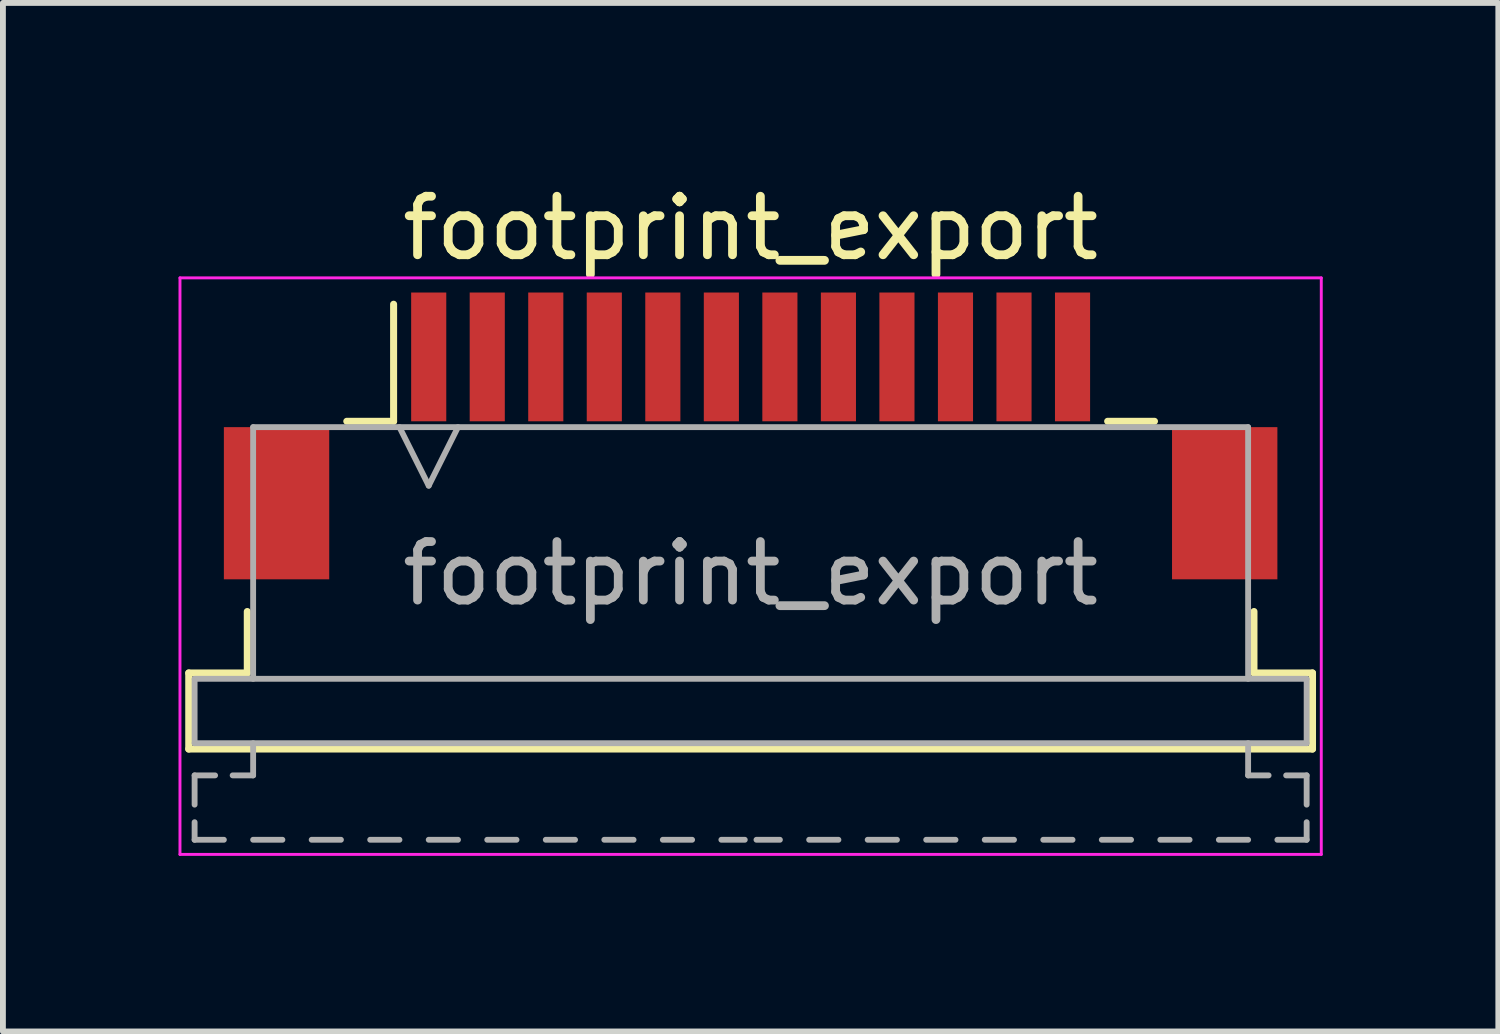
<source format=kicad_pcb>
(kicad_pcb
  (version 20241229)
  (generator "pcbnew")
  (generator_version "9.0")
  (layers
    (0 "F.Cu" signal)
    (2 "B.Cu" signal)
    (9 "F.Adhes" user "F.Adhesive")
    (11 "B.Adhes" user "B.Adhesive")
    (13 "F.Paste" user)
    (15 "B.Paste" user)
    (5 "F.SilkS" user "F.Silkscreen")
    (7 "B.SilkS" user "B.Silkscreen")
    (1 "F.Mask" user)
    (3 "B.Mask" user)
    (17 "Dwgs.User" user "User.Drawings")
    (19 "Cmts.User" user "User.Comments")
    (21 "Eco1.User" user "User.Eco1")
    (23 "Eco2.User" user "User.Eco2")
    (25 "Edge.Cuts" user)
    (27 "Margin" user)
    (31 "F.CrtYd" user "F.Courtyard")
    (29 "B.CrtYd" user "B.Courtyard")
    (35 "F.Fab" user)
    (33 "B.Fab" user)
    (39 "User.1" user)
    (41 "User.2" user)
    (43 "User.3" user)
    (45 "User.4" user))
  (footprint "footprint_export"
    (layer "F.Cu")
    (at 9.775 4.398)
    (property "Reference" "footprint_export" (at 0 -3.55 0) (layer "F.SilkS") (effects (font (size 1 1) (thickness 0.15))))
    (attr smd)
    (fp_line (start -9.6 4.05) (end -8.6 4.05) (stroke (width 0.12) (type solid)) (layer "F.SilkS"))
    (fp_line (start -9.6 5.35) (end -9.6 4.05) (stroke (width 0.12) (type solid)) (layer "F.SilkS"))
    (fp_line (start -8.6 4.05) (end -8.6 3) (stroke (width 0.12) (type solid)) (layer "F.SilkS"))
    (fp_line (start -6.9 -0.25) (end -6.1 -0.25) (stroke (width 0.12) (type solid)) (layer "F.SilkS"))
    (fp_line (start -6.1 -0.25) (end -6.1 -2.25) (stroke (width 0.12) (type solid)) (layer "F.SilkS"))
    (fp_line (start 6.1 -0.25) (end 6.9 -0.25) (stroke (width 0.12) (type solid)) (layer "F.SilkS"))
    (fp_line (start 8.6 3) (end 8.6 4.05) (stroke (width 0.12) (type solid)) (layer "F.SilkS"))
    (fp_line (start 8.6 4.05) (end 9.6 4.05) (stroke (width 0.12) (type solid)) (layer "F.SilkS"))
    (fp_line (start 9.6 4.05) (end 9.6 5.35) (stroke (width 0.12) (type solid)) (layer "F.SilkS"))
    (fp_line (start 9.6 5.35) (end -9.6 5.35) (stroke (width 0.12) (type solid)) (layer "F.SilkS"))
    (fp_line (start -9.75 -2.7) (end -9.75 7.15) (stroke (width 0.05) (type solid)) (layer "F.CrtYd"))
    (fp_line (start -9.75 7.15) (end 9.75 7.15) (stroke (width 0.05) (type solid)) (layer "F.CrtYd"))
    (fp_line (start 9.75 -2.7) (end -9.75 -2.7) (stroke (width 0.05) (type solid)) (layer "F.CrtYd"))
    (fp_line (start 9.75 7.15) (end 9.75 -2.7) (stroke (width 0.05) (type solid)) (layer "F.CrtYd"))
    (fp_line (start -9.5 4.15) (end 9.5 4.15) (stroke (width 0.1) (type solid)) (layer "F.Fab"))
    (fp_line (start -9.5 5.25) (end -9.5 4.16) (stroke (width 0.1) (type solid)) (layer "F.Fab"))
    (fp_line (start -9.5 5.8) (end -9.15 5.8) (stroke (width 0.1) (type solid)) (layer "F.Fab"))
    (fp_line (start -9.5 6.3) (end -9.5 5.8) (stroke (width 0.1) (type solid)) (layer "F.Fab"))
    (fp_line (start -9.5 6.9) (end -9.5 6.6) (stroke (width 0.1) (type solid)) (layer "F.Fab"))
    (fp_line (start -9 6.9) (end -9.5 6.9) (stroke (width 0.1) (type solid)) (layer "F.Fab"))
    (fp_line (start -8.85 5.8) (end -8.5 5.8) (stroke (width 0.1) (type solid)) (layer "F.Fab"))
    (fp_line (start -8.5 -0.15) (end 8.5 -0.15) (stroke (width 0.1) (type solid)) (layer "F.Fab"))
    (fp_line (start -8.5 4.15) (end -8.5 -0.15) (stroke (width 0.1) (type solid)) (layer "F.Fab"))
    (fp_line (start -8.5 5.8) (end -8.5 5.25) (stroke (width 0.1) (type solid)) (layer "F.Fab"))
    (fp_line (start -8 6.9) (end -8.5 6.9) (stroke (width 0.1) (type solid)) (layer "F.Fab"))
    (fp_line (start -7 6.9) (end -7.5 6.9) (stroke (width 0.1) (type solid)) (layer "F.Fab"))
    (fp_line (start -6 -0.15) (end -5.5 0.85) (stroke (width 0.1) (type solid)) (layer "F.Fab"))
    (fp_line (start -6 6.9) (end -6.5 6.9) (stroke (width 0.1) (type solid)) (layer "F.Fab"))
    (fp_line (start -5.5 0.85) (end -5 -0.15) (stroke (width 0.1) (type solid)) (layer "F.Fab"))
    (fp_line (start -5 6.9) (end -5.5 6.9) (stroke (width 0.1) (type solid)) (layer "F.Fab"))
    (fp_line (start -4 6.9) (end -4.5 6.9) (stroke (width 0.1) (type solid)) (layer "F.Fab"))
    (fp_line (start -3 6.9) (end -3.5 6.9) (stroke (width 0.1) (type solid)) (layer "F.Fab"))
    (fp_line (start -2 6.9) (end -2.5 6.9) (stroke (width 0.1) (type solid)) (layer "F.Fab"))
    (fp_line (start -1 6.9) (end -1.5 6.9) (stroke (width 0.1) (type solid)) (layer "F.Fab"))
    (fp_line (start -0.1 6.9) (end -0.5 6.9) (stroke (width 0.1) (type solid)) (layer "F.Fab"))
    (fp_line (start 0.1 6.9) (end 0.5 6.9) (stroke (width 0.1) (type solid)) (layer "F.Fab"))
    (fp_line (start 1 6.9) (end 1.5 6.9) (stroke (width 0.1) (type solid)) (layer "F.Fab"))
    (fp_line (start 2 6.9) (end 2.5 6.9) (stroke (width 0.1) (type solid)) (layer "F.Fab"))
    (fp_line (start 3 6.9) (end 3.5 6.9) (stroke (width 0.1) (type solid)) (layer "F.Fab"))
    (fp_line (start 4 6.9) (end 4.5 6.9) (stroke (width 0.1) (type solid)) (layer "F.Fab"))
    (fp_line (start 5 6.9) (end 5.5 6.9) (stroke (width 0.1) (type solid)) (layer "F.Fab"))
    (fp_line (start 6 6.9) (end 6.5 6.9) (stroke (width 0.1) (type solid)) (layer "F.Fab"))
    (fp_line (start 7 6.9) (end 7.5 6.9) (stroke (width 0.1) (type solid)) (layer "F.Fab"))
    (fp_line (start 8 6.9) (end 8.5 6.9) (stroke (width 0.1) (type solid)) (layer "F.Fab"))
    (fp_line (start 8.5 -0.15) (end 8.5 4.15) (stroke (width 0.1) (type solid)) (layer "F.Fab"))
    (fp_line (start 8.5 5.25) (end 8.5 5.8) (stroke (width 0.1) (type solid)) (layer "F.Fab"))
    (fp_line (start 8.85 5.8) (end 8.5 5.8) (stroke (width 0.1) (type solid)) (layer "F.Fab"))
    (fp_line (start 9 6.9) (end 9.5 6.9) (stroke (width 0.1) (type solid)) (layer "F.Fab"))
    (fp_line (start 9.15 5.8) (end 9.5 5.8) (stroke (width 0.1) (type solid)) (layer "F.Fab"))
    (fp_line (start 9.5 4.16) (end 9.5 5.25) (stroke (width 0.1) (type solid)) (layer "F.Fab"))
    (fp_line (start 9.5 5.25) (end -9.5 5.25) (stroke (width 0.1) (type solid)) (layer "F.Fab"))
    (fp_line (start 9.5 5.8) (end 9.5 6.3) (stroke (width 0.1) (type solid)) (layer "F.Fab"))
    (fp_line (start 9.5 6.6) (end 9.5 6.9) (stroke (width 0.1) (type solid)) (layer "F.Fab"))
    (fp_text user "${REFERENCE}" (at 0 2.35 0) (layer "F.Fab") (effects (font (size 1 1) (thickness 0.15))))
    (pad "1" smd rect (at -5.5 -1.35) (size 0.6 2.2) (layers "F.Cu" "F.Mask" "F.Paste"))
    (pad "2" smd rect (at -4.5 -1.35) (size 0.6 2.2) (layers "F.Cu" "F.Mask" "F.Paste"))
    (pad "3" smd rect (at -3.5 -1.35) (size 0.6 2.2) (layers "F.Cu" "F.Mask" "F.Paste"))
    (pad "4" smd rect (at -2.5 -1.35) (size 0.6 2.2) (layers "F.Cu" "F.Mask" "F.Paste"))
    (pad "5" smd rect (at -1.5 -1.35) (size 0.6 2.2) (layers "F.Cu" "F.Mask" "F.Paste"))
    (pad "6" smd rect (at -0.5 -1.35) (size 0.6 2.2) (layers "F.Cu" "F.Mask" "F.Paste"))
    (pad "7" smd rect (at 0.5 -1.35) (size 0.6 2.2) (layers "F.Cu" "F.Mask" "F.Paste"))
    (pad "8" smd rect (at 1.5 -1.35) (size 0.6 2.2) (layers "F.Cu" "F.Mask" "F.Paste"))
    (pad "9" smd rect (at 2.5 -1.35) (size 0.6 2.2) (layers "F.Cu" "F.Mask" "F.Paste"))
    (pad "10" smd rect (at 3.5 -1.35) (size 0.6 2.2) (layers "F.Cu" "F.Mask" "F.Paste"))
    (pad "11" smd rect (at 4.5 -1.35) (size 0.6 2.2) (layers "F.Cu" "F.Mask" "F.Paste"))
    (pad "12" smd rect (at 5.5 -1.35) (size 0.6 2.2) (layers "F.Cu" "F.Mask" "F.Paste"))
    (pad "MP" smd rect (at -8.1 1.15) (size 1.8 2.6) (layers "F.Cu" "F.Mask" "F.Paste"))
    (pad "MP" smd rect (at 8.1 1.15) (size 1.8 2.6) (layers "F.Cu" "F.Mask" "F.Paste")))
  (gr_rect
    (start -3 -3)
    (end 22.55 14.573)
    (stroke (width 0.1) (type default))
    (fill no)
    (layer "Edge.Cuts")))
</source>
